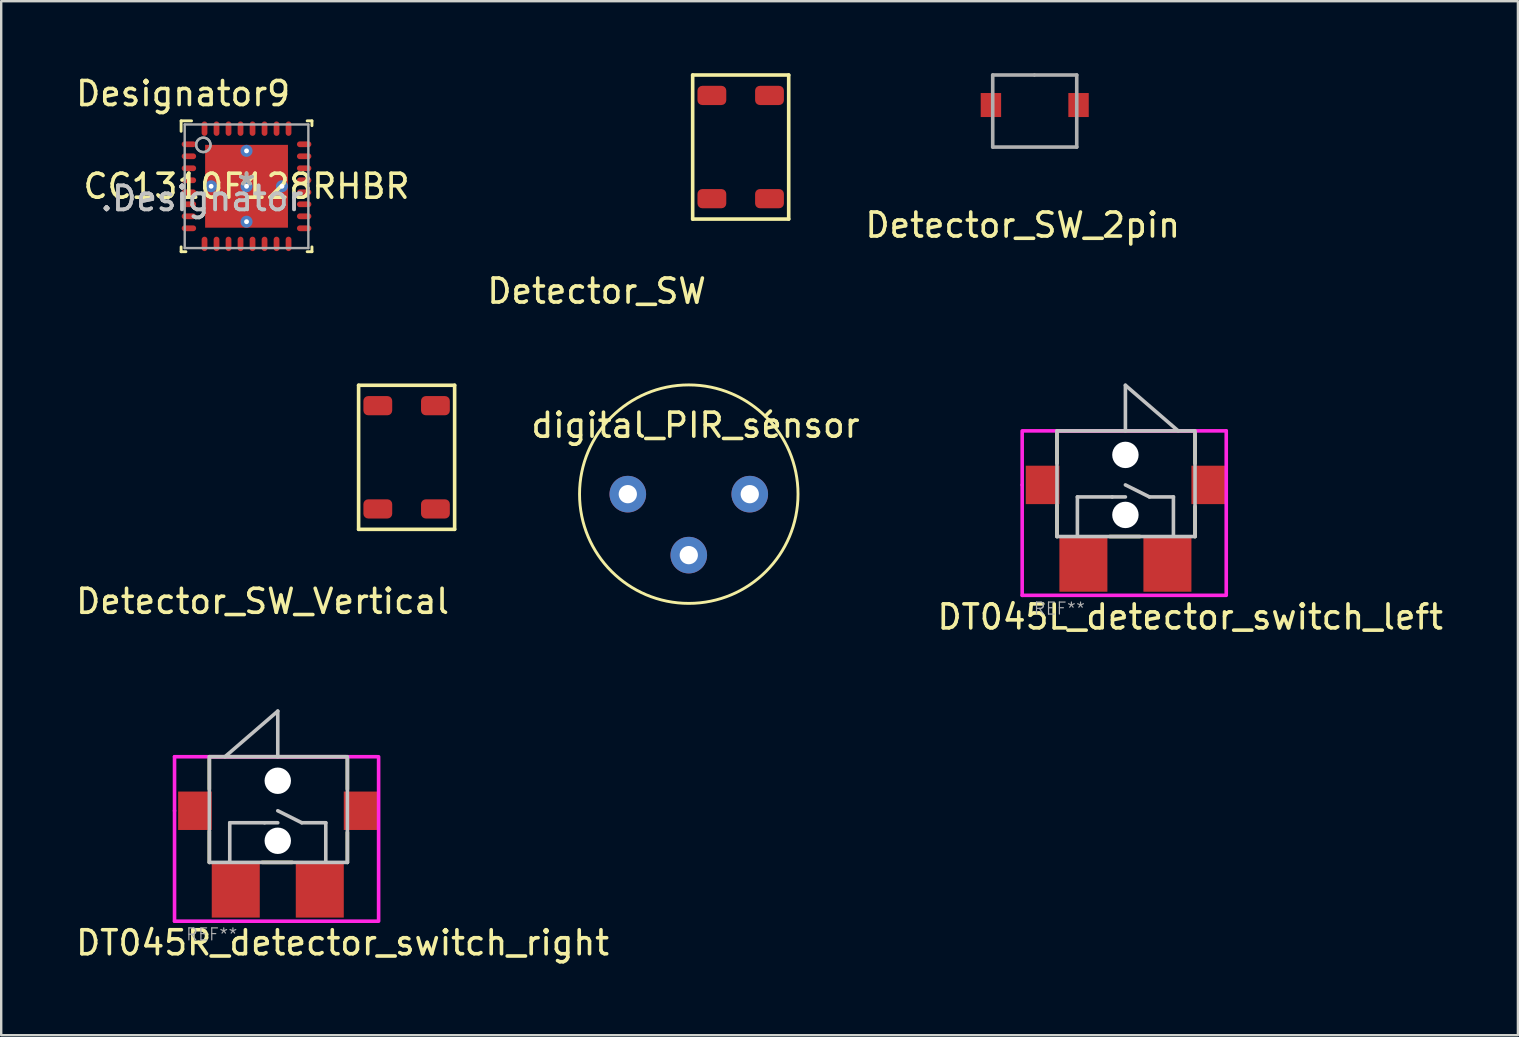
<source format=kicad_pcb>
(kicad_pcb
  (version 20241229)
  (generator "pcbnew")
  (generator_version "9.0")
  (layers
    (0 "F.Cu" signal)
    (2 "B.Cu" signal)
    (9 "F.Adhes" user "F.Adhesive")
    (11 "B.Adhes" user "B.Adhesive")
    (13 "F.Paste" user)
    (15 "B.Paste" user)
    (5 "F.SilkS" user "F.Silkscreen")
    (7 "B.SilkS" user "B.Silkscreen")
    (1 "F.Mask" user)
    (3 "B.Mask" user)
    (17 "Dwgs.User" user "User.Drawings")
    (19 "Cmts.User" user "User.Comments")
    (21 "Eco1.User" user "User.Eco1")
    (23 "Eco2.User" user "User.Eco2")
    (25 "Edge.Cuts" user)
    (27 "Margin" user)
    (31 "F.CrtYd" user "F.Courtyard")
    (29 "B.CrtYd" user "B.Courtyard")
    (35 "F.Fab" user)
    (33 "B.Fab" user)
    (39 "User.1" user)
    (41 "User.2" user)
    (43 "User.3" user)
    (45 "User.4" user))
  (footprint "CC1310F128RHBR"
    (layer "F.Cu")
    (at 7.219 4.709)
    (property "Reference" "CC1310F128RHBR" (at 0 0 0) (layer "F.SilkS") (effects (font (size 1 1) (thickness 0.15))))
    (attr through_hole)
    (fp_line (start -2.725 -2.725) (end -2.29 -2.725) (stroke (width 0.12) (type solid)) (layer "F.SilkS"))
    (fp_line (start -2.725 -2.29) (end -2.725 -2.725) (stroke (width 0.12) (type solid)) (layer "F.SilkS"))
    (fp_line (start -2.725 2.725) (end -2.725 2.525) (stroke (width 0.12) (type solid)) (layer "F.SilkS"))
    (fp_line (start -2.725 2.725) (end -2.525 2.725) (stroke (width 0.12) (type solid)) (layer "F.SilkS"))
    (fp_line (start 2.525 -2.725) (end 2.725 -2.725) (stroke (width 0.12) (type solid)) (layer "F.SilkS"))
    (fp_line (start 2.525 2.725) (end 2.725 2.725) (stroke (width 0.12) (type solid)) (layer "F.SilkS"))
    (fp_line (start 2.725 -2.525) (end 2.725 -2.725) (stroke (width 0.12) (type solid)) (layer "F.SilkS"))
    (fp_line (start 2.725 2.725) (end 2.725 2.525) (stroke (width 0.12) (type solid)) (layer "F.SilkS"))
    (fp_poly (pts (xy -0.1 -1.586) (xy -1.586 -1.586) (xy -1.586 -0.1) (xy -0.1 -0.1)) (stroke (width 0.1) (type solid)) (fill yes) (layer "F.Paste"))
    (fp_poly (pts (xy -0.1 0.1) (xy -1.586 0.1) (xy -1.586 1.586) (xy -0.1 1.586)) (stroke (width 0.1) (type solid)) (fill yes) (layer "F.Paste"))
    (fp_poly (pts (xy 0.1 -0.1) (xy 1.586 -0.1) (xy 1.586 -1.586) (xy 0.1 -1.586)) (stroke (width 0.1) (type solid)) (fill yes) (layer "F.Paste"))
    (fp_poly (pts (xy 0.1 1.586) (xy 1.586 1.586) (xy 1.586 0.1) (xy 0.1 0.1)) (stroke (width 0.1) (type solid)) (fill yes) (layer "F.Paste"))
    (fp_line (start -2.575 -2.575) (end 2.575 -2.575) (stroke (width 0.1) (type solid)) (layer "F.Fab"))
    (fp_line (start -2.575 2.575) (end -2.575 -2.575) (stroke (width 0.1) (type solid)) (layer "F.Fab"))
    (fp_line (start -2.575 2.575) (end 2.575 2.575) (stroke (width 0.1) (type solid)) (layer "F.Fab"))
    (fp_line (start 2.575 2.575) (end 2.575 -2.575) (stroke (width 0.1) (type solid)) (layer "F.Fab"))
    (fp_circle (center -1.8 -1.725) (end -1.5 -1.725) (stroke (width 0.1) (type solid)) (fill no) (layer "F.Fab"))
    (fp_circle (center -1.8 -1.725) (end -1.5 -1.725) (stroke (width 0.1) (type solid)) (fill no) (layer "F.Fab"))
    (fp_text user "*" (at 0 0 0) (layer "F.SilkS") (effects (font (size 1 1) (thickness 0.15))))
    (fp_text user "Designator9" (at -2.642 -3.861 0) (layer "F.SilkS") (effects (font (size 1 1) (thickness 0.15))))
    (fp_text user ".Designator" (at -1.854 0.508 0) (layer "Dwgs.User") (effects (font (size 1 1) (thickness 0.15))))
    (fp_text user "Copyright 2021 Accelerated Designs. All rights reserved." (at 0 0 0) (layer "Cmts.User") (effects (font (size 0.127 0.127) (thickness 0.002))))
    (fp_text user "*" (at 0 0 0) (layer "F.Fab") (effects (font (size 1 1) (thickness 0.15))))
    (fp_text user ".Designator" (at -1.854 0.508 0) (layer "F.Fab") (effects (font (size 1 1) (thickness 0.15))))
    (pad "1" smd oval (at -2.4 -1.75 90) (size 0.24 0.6) (layers "F.Cu" "F.Mask" "F.Paste"))
    (pad "2" smd oval (at -2.4 -1.25 90) (size 0.24 0.6) (layers "F.Cu" "F.Mask" "F.Paste"))
    (pad "3" smd oval (at -2.4 -0.75 90) (size 0.24 0.6) (layers "F.Cu" "F.Mask" "F.Paste"))
    (pad "4" smd oval (at -2.4 -0.25 90) (size 0.24 0.6) (layers "F.Cu" "F.Mask" "F.Paste"))
    (pad "5" smd oval (at -2.4 0.25 90) (size 0.24 0.6) (layers "F.Cu" "F.Mask" "F.Paste"))
    (pad "6" smd oval (at -2.4 0.75 90) (size 0.24 0.6) (layers "F.Cu" "F.Mask" "F.Paste"))
    (pad "7" smd oval (at -2.4 1.25 90) (size 0.24 0.6) (layers "F.Cu" "F.Mask" "F.Paste"))
    (pad "8" smd oval (at -2.4 1.75 90) (size 0.24 0.6) (layers "F.Cu" "F.Mask" "F.Paste"))
    (pad "9" smd oval (at -1.75 2.4) (size 0.24 0.6) (layers "F.Cu" "F.Mask" "F.Paste"))
    (pad "10" smd oval (at -1.25 2.4) (size 0.24 0.6) (layers "F.Cu" "F.Mask" "F.Paste"))
    (pad "11" smd oval (at -0.75 2.4) (size 0.24 0.6) (layers "F.Cu" "F.Mask" "F.Paste"))
    (pad "12" smd oval (at -0.25 2.4) (size 0.24 0.6) (layers "F.Cu" "F.Mask" "F.Paste"))
    (pad "13" smd oval (at 0.25 2.4) (size 0.24 0.6) (layers "F.Cu" "F.Mask" "F.Paste"))
    (pad "14" smd oval (at 0.75 2.4) (size 0.24 0.6) (layers "F.Cu" "F.Mask" "F.Paste"))
    (pad "15" smd oval (at 1.25 2.4) (size 0.24 0.6) (layers "F.Cu" "F.Mask" "F.Paste"))
    (pad "16" smd oval (at 1.75 2.4) (size 0.24 0.6) (layers "F.Cu" "F.Mask" "F.Paste"))
    (pad "17" smd oval (at 2.4 1.75 90) (size 0.24 0.6) (layers "F.Cu" "F.Mask" "F.Paste"))
    (pad "18" smd oval (at 2.4 1.25 90) (size 0.24 0.6) (layers "F.Cu" "F.Mask" "F.Paste"))
    (pad "19" smd oval (at 2.4 0.75 90) (size 0.24 0.6) (layers "F.Cu" "F.Mask" "F.Paste"))
    (pad "20" smd oval (at 2.4 0.25 90) (size 0.24 0.6) (layers "F.Cu" "F.Mask" "F.Paste"))
    (pad "21" smd oval (at 2.4 -0.25 90) (size 0.24 0.6) (layers "F.Cu" "F.Mask" "F.Paste"))
    (pad "22" smd oval (at 2.4 -0.75 90) (size 0.24 0.6) (layers "F.Cu" "F.Mask" "F.Paste"))
    (pad "23" smd oval (at 2.4 -1.25 90) (size 0.24 0.6) (layers "F.Cu" "F.Mask" "F.Paste"))
    (pad "24" smd oval (at 2.4 -1.75 90) (size 0.24 0.6) (layers "F.Cu" "F.Mask" "F.Paste"))
    (pad "25" smd oval (at 1.75 -2.4) (size 0.24 0.6) (layers "F.Cu" "F.Mask" "F.Paste"))
    (pad "26" smd oval (at 1.25 -2.4) (size 0.24 0.6) (layers "F.Cu" "F.Mask" "F.Paste"))
    (pad "27" smd oval (at 0.75 -2.4) (size 0.24 0.6) (layers "F.Cu" "F.Mask" "F.Paste"))
    (pad "28" smd oval (at 0.25 -2.4) (size 0.24 0.6) (layers "F.Cu" "F.Mask" "F.Paste"))
    (pad "29" smd oval (at -0.25 -2.4) (size 0.24 0.6) (layers "F.Cu" "F.Mask" "F.Paste"))
    (pad "30" smd oval (at -0.75 -2.4) (size 0.24 0.6) (layers "F.Cu" "F.Mask" "F.Paste"))
    (pad "31" smd oval (at -1.25 -2.4) (size 0.24 0.6) (layers "F.Cu" "F.Mask" "F.Paste"))
    (pad "32" smd oval (at -1.75 -2.4) (size 0.24 0.6) (layers "F.Cu" "F.Mask" "F.Paste"))
    (pad "33" smd rect (at 0 -0.000003) (size 3.45 3.45) (layers "F.Cu" "F.Mask" "F.Paste"))
    (pad "V" thru_hole circle (at -1.475 -0.000003) (size 0.5 0.5) (drill 0.203) (layers "*.Cu" "*.Mask"))
    (pad "V" thru_hole circle (at 0 -1.475) (size 0.5 0.5) (drill 0.203) (layers "*.Cu" "*.Mask"))
    (pad "V" thru_hole circle (at 0 -0.000003) (size 0.5 0.5) (drill 0.203) (layers "*.Cu" "*.Mask"))
    (pad "V" thru_hole circle (at 0 1.475) (size 0.5 0.5) (drill 0.203) (layers "*.Cu" "*.Mask"))
    (pad "V" thru_hole circle (at 1.475 -0.000003) (size 0.5 0.5) (drill 0.203) (layers "*.Cu" "*.Mask")))
  (footprint "Detector_SW_2pin"
    (layer "F.Cu")
    (at 40.05 1.325)
    (property "Reference" "Detector_SW_2pin" (at -0.5 5 0) (layer "F.SilkS") (effects (font (size 1 1) (thickness 0.15))))
    (attr smd)
    (fp_line (start -1.75 -1.25) (end -0.025 -1.25) (stroke (width 0.15) (type solid)) (layer "F.Fab"))
    (fp_line (start -1.75 1.75) (end -1.75 -1.25) (stroke (width 0.15) (type solid)) (layer "F.Fab"))
    (fp_line (start 0 -1.25) (end 1.75 -1.25) (stroke (width 0.15) (type solid)) (layer "F.Fab"))
    (fp_line (start 1.75 -1.25) (end 1.75 1.75) (stroke (width 0.15) (type solid)) (layer "F.Fab"))
    (fp_line (start 1.75 1.75) (end -1.75 1.75) (stroke (width 0.15) (type solid)) (layer "F.Fab"))
    (pad "1" smd rect (at -1.825 0) (size 0.85 1) (layers "F.Cu" "F.Mask" "F.Paste"))
    (pad "2" smd rect (at 1.825 0) (size 0.85 1) (layers "F.Cu" "F.Mask" "F.Paste")))
  (footprint "Detector_SW_Vertical"
    (layer "F.Cu")
    (at 13.887 15.998)
    (property "Reference" "Detector_SW_Vertical" (at -6 6 0) (layer "F.SilkS") (effects (font (size 1 1) (thickness 0.15))))
    (attr smd)
    (fp_line (start -2 -3) (end 2 -3) (stroke (width 0.15) (type solid)) (layer "F.SilkS"))
    (fp_line (start -2 3) (end -2 -3) (stroke (width 0.15) (type solid)) (layer "F.SilkS"))
    (fp_line (start 2 -3) (end 2 3) (stroke (width 0.15) (type solid)) (layer "F.SilkS"))
    (fp_line (start 2 3) (end -2 3) (stroke (width 0.15) (type solid)) (layer "F.SilkS"))
    (pad "1" smd roundrect (at -1.2 2.15) (size 1.2 0.8) (layers "F.Cu" "F.Mask" "F.Paste") (roundrect_rratio 0.25))
    (pad "2" smd roundrect (at 1.2 2.15) (size 1.2 0.8) (layers "F.Cu" "F.Mask" "F.Paste") (roundrect_rratio 0.25))
    (pad "3" smd roundrect (at -1.2 -2.15) (size 1.2 0.8) (layers "F.Cu" "F.Mask" "F.Paste") (roundrect_rratio 0.25))
    (pad "4" smd roundrect (at 1.2 -2.15) (size 1.2 0.8) (layers "F.Cu" "F.Mask" "F.Paste") (roundrect_rratio 0.25)))
  (footprint "DT045L_detector_switch_left"
    (layer "F.Cu")
    (at 43.827 17.148)
    (property "Reference" "DT045L_detector_switch_left" (at 2.7 5.5 0) (layer "F.SilkS") (effects (font (size 1 1) (thickness 0.15))))
    (attr smd)
    (fp_line (start -2.85 -2.25) (end 2.9 -2.25) (stroke (width 0.15) (type solid)) (layer "F.SilkS"))
    (fp_line (start -2.85 -0.9) (end -2.85 -2.25) (stroke (width 0.15) (type solid)) (layer "F.SilkS"))
    (fp_line (start -2.85 0.85) (end -2.85 2.15) (stroke (width 0.15) (type solid)) (layer "F.SilkS"))
    (fp_line (start -0.65 2.15) (end 0.6 2.15) (stroke (width 0.15) (type solid)) (layer "F.SilkS"))
    (fp_line (start 2.9 -2.25) (end 2.9 -0.9) (stroke (width 0.15) (type solid)) (layer "F.SilkS"))
    (fp_line (start 2.9 0.9) (end 2.9 2.15) (stroke (width 0.15) (type solid)) (layer "F.SilkS"))
    (fp_line (start -2.85 2.15) (end -2.85 -2.25) (stroke (width 0.15) (type solid)) (layer "Dwgs.User"))
    (fp_line (start -2 0.5) (end -0.55 0.5) (stroke (width 0.15) (type solid)) (layer "Dwgs.User"))
    (fp_line (start -2 2.1) (end -2 0.5) (stroke (width 0.15) (type solid)) (layer "Dwgs.User"))
    (fp_line (start -0.55 0.5) (end 0 0.5) (stroke (width 0.15) (type solid)) (layer "Dwgs.User"))
    (fp_line (start 0 -4.15) (end 2.2 -2.25) (stroke (width 0.15) (type solid)) (layer "Dwgs.User"))
    (fp_line (start 0 -2.25) (end 0 -4.15) (stroke (width 0.15) (type solid)) (layer "Dwgs.User"))
    (fp_line (start 1 0.5) (end 0 0) (stroke (width 0.15) (type solid)) (layer "Dwgs.User"))
    (fp_line (start 2 0.5) (end 1 0.5) (stroke (width 0.15) (type solid)) (layer "Dwgs.User"))
    (fp_line (start 2 2.1) (end 2 0.5) (stroke (width 0.15) (type solid)) (layer "Dwgs.User"))
    (fp_line (start 2.85 -2.25) (end -2.85 -2.25) (stroke (width 0.15) (type solid)) (layer "Dwgs.User"))
    (fp_line (start 2.9 2.15) (end -2.85 2.15) (stroke (width 0.15) (type solid)) (layer "Dwgs.User"))
    (fp_line (start 2.9 2.15) (end 2.9 -2.25) (stroke (width 0.15) (type solid)) (layer "Dwgs.User"))
    (fp_line (start -4.3 0) (end -4.3 -2.25) (stroke (width 0.15) (type solid)) (layer "F.CrtYd"))
    (fp_line (start -4.3 4.6) (end -4.3 0) (stroke (width 0.15) (type solid)) (layer "F.CrtYd"))
    (fp_line (start -4.25 -2.25) (end 4.2 -2.25) (stroke (width 0.15) (type solid)) (layer "F.CrtYd"))
    (fp_line (start 4.2 -2.25) (end 4.2 4.55) (stroke (width 0.15) (type solid)) (layer "F.CrtYd"))
    (fp_line (start 4.2 4.6) (end -4.3 4.6) (stroke (width 0.15) (type solid)) (layer "F.CrtYd"))
    (fp_text user "REF**" (at -2.75 5.15 0) (layer "F.Fab") (effects (font (size 0.5 0.5) (thickness 0.05))))
    (pad "" np_thru_hole circle (at 0 -1.25) (size 1.1 1.1) (drill 1.1) (layers "*.Cu" "*.Mask"))
    (pad "" np_thru_hole circle (at 0 1.25) (size 1.1 1.1) (drill 1.1) (layers "*.Cu" "*.Mask"))
    (pad "1" smd rect (at 1.75 3.3) (size 2 2.3) (layers "F.Cu" "F.Mask" "F.Paste"))
    (pad "2" smd rect (at -1.75 3.3) (size 2 2.3) (layers "F.Cu" "F.Mask" "F.Paste"))
    (pad "3" smd rect (at -3.45 0) (size 1.4 1.6) (layers "F.Cu" "F.Mask" "F.Paste"))
    (pad "3" smd rect (at 3.45 0) (size 1.4 1.6) (layers "F.Cu" "F.Mask" "F.Paste")))
  (footprint "DT045R_detector_switch_right"
    (layer "F.Cu")
    (at 8.52 30.721)
    (property "Reference" "DT045R_detector_switch_right" (at 2.7 5.5 0) (layer "F.SilkS") (effects (font (size 1 1) (thickness 0.15))))
    (attr smd)
    (fp_line (start -2.85 -2.25) (end 2.9 -2.25) (stroke (width 0.15) (type solid)) (layer "F.SilkS"))
    (fp_line (start -2.85 -0.9) (end -2.85 -2.25) (stroke (width 0.15) (type solid)) (layer "F.SilkS"))
    (fp_line (start -2.85 0.85) (end -2.85 2.15) (stroke (width 0.15) (type solid)) (layer "F.SilkS"))
    (fp_line (start -0.65 2.15) (end 0.6 2.15) (stroke (width 0.15) (type solid)) (layer "F.SilkS"))
    (fp_line (start 2.9 -2.25) (end 2.9 -0.9) (stroke (width 0.15) (type solid)) (layer "F.SilkS"))
    (fp_line (start 2.9 0.9) (end 2.9 2.15) (stroke (width 0.15) (type solid)) (layer "F.SilkS"))
    (fp_line (start -2.85 2.15) (end -2.85 -2.25) (stroke (width 0.15) (type solid)) (layer "Dwgs.User"))
    (fp_line (start -2 0.5) (end -0.55 0.5) (stroke (width 0.15) (type solid)) (layer "Dwgs.User"))
    (fp_line (start -2 2.1) (end -2 0.5) (stroke (width 0.15) (type solid)) (layer "Dwgs.User"))
    (fp_line (start -0.55 0.5) (end 0 0.5) (stroke (width 0.15) (type solid)) (layer "Dwgs.User"))
    (fp_line (start 0 -4.15) (end -2.2 -2.25) (stroke (width 0.15) (type solid)) (layer "Dwgs.User"))
    (fp_line (start 0 -2.25) (end 0 -4.15) (stroke (width 0.15) (type solid)) (layer "Dwgs.User"))
    (fp_line (start 1 0.5) (end 0 0) (stroke (width 0.15) (type solid)) (layer "Dwgs.User"))
    (fp_line (start 2 0.5) (end 1 0.5) (stroke (width 0.15) (type solid)) (layer "Dwgs.User"))
    (fp_line (start 2 2.1) (end 2 0.5) (stroke (width 0.15) (type solid)) (layer "Dwgs.User"))
    (fp_line (start 2.85 -2.25) (end -2.85 -2.25) (stroke (width 0.15) (type solid)) (layer "Dwgs.User"))
    (fp_line (start 2.9 2.15) (end -2.85 2.15) (stroke (width 0.15) (type solid)) (layer "Dwgs.User"))
    (fp_line (start 2.9 2.15) (end 2.9 -2.25) (stroke (width 0.15) (type solid)) (layer "Dwgs.User"))
    (fp_line (start -4.3 -2.25) (end 4.15 -2.25) (stroke (width 0.15) (type solid)) (layer "F.CrtYd"))
    (fp_line (start -4.3 0) (end -4.3 -2.25) (stroke (width 0.15) (type solid)) (layer "F.CrtYd"))
    (fp_line (start -4.3 4.6) (end -4.3 0) (stroke (width 0.15) (type solid)) (layer "F.CrtYd"))
    (fp_line (start 4.2 -2.25) (end 4.2 4.55) (stroke (width 0.15) (type solid)) (layer "F.CrtYd"))
    (fp_line (start 4.2 4.6) (end -4.3 4.6) (stroke (width 0.15) (type solid)) (layer "F.CrtYd"))
    (fp_text user "REF**" (at -2.75 5.15 0) (layer "F.Fab") (effects (font (size 0.5 0.5) (thickness 0.05))))
    (pad "" np_thru_hole circle (at 0 -1.25) (size 1.1 1.1) (drill 1.1) (layers "*.Cu" "*.Mask"))
    (pad "" np_thru_hole circle (at 0 1.25) (size 1.1 1.1) (drill 1.1) (layers "*.Cu" "*.Mask"))
    (pad "1" smd rect (at 1.75 3.3) (size 2 2.3) (layers "F.Cu" "F.Mask" "F.Paste"))
    (pad "2" smd rect (at -1.75 3.3) (size 2 2.3) (layers "F.Cu" "F.Mask" "F.Paste"))
    (pad "3" smd rect (at -3.45 0) (size 1.4 1.6) (layers "F.Cu" "F.Mask" "F.Paste"))
    (pad "3" smd rect (at 3.45 0) (size 1.4 1.6) (layers "F.Cu" "F.Mask" "F.Paste")))
  (footprint "digital_PIR_sensor"
    (layer "F.Cu")
    (at 25.64 17.533)
    (property "Reference" "digital_PIR_sensor" (at 0.28 -2.87 0) (layer "F.SilkS") (effects (font (size 1 1) (thickness 0.15))))
    (attr through_hole)
    (fp_line (start 3.2 -3.26) (end 3.4 -3.46) (stroke (width 0.15) (type solid)) (layer "F.SilkS"))
    (fp_circle (center 0 0) (end 4.55 0) (stroke (width 0.12) (type solid)) (fill no) (layer "F.SilkS"))
    (pad "1" thru_hole circle (at 2.54 0) (size 1.524 1.524) (drill 0.762) (layers "*.Cu" "*.Mask"))
    (pad "2" thru_hole circle (at 0 2.54) (size 1.524 1.524) (drill 0.762) (layers "*.Cu" "*.Mask"))
    (pad "3" thru_hole circle (at -2.54 0) (size 1.524 1.524) (drill 0.762) (layers "*.Cu" "*.Mask")))
  (footprint "Detector_SW"
    (layer "F.Cu")
    (at 27.802 3.075)
    (property "Reference" "Detector_SW" (at -6 6 0) (layer "F.SilkS") (effects (font (size 1 1) (thickness 0.15))))
    (attr smd)
    (fp_line (start -2 -3) (end 2 -3) (stroke (width 0.15) (type solid)) (layer "F.SilkS"))
    (fp_line (start -2 3) (end -2 -3) (stroke (width 0.15) (type solid)) (layer "F.SilkS"))
    (fp_line (start 2 -3) (end 2 3) (stroke (width 0.15) (type solid)) (layer "F.SilkS"))
    (fp_line (start 2 3) (end -2 3) (stroke (width 0.15) (type solid)) (layer "F.SilkS"))
    (pad "1" smd roundrect (at -1.2 2.15) (size 1.2 0.8) (layers "F.Cu" "F.Mask" "F.Paste") (roundrect_rratio 0.25))
    (pad "2" smd roundrect (at 1.2 2.15) (size 1.2 0.8) (layers "F.Cu" "F.Mask" "F.Paste") (roundrect_rratio 0.25))
    (pad "3" smd roundrect (at -1.2 -2.15) (size 1.2 0.8) (layers "F.Cu" "F.Mask" "F.Paste") (roundrect_rratio 0.25))
    (pad "4" smd roundrect (at 1.2 -2.15) (size 1.2 0.8) (layers "F.Cu" "F.Mask" "F.Paste") (roundrect_rratio 0.25)))
  (gr_rect
    (start -3 -3)
    (end 60.176 40.07)
    (stroke (width 0.1) (type default))
    (fill no)
    (layer "Edge.Cuts")))
</source>
